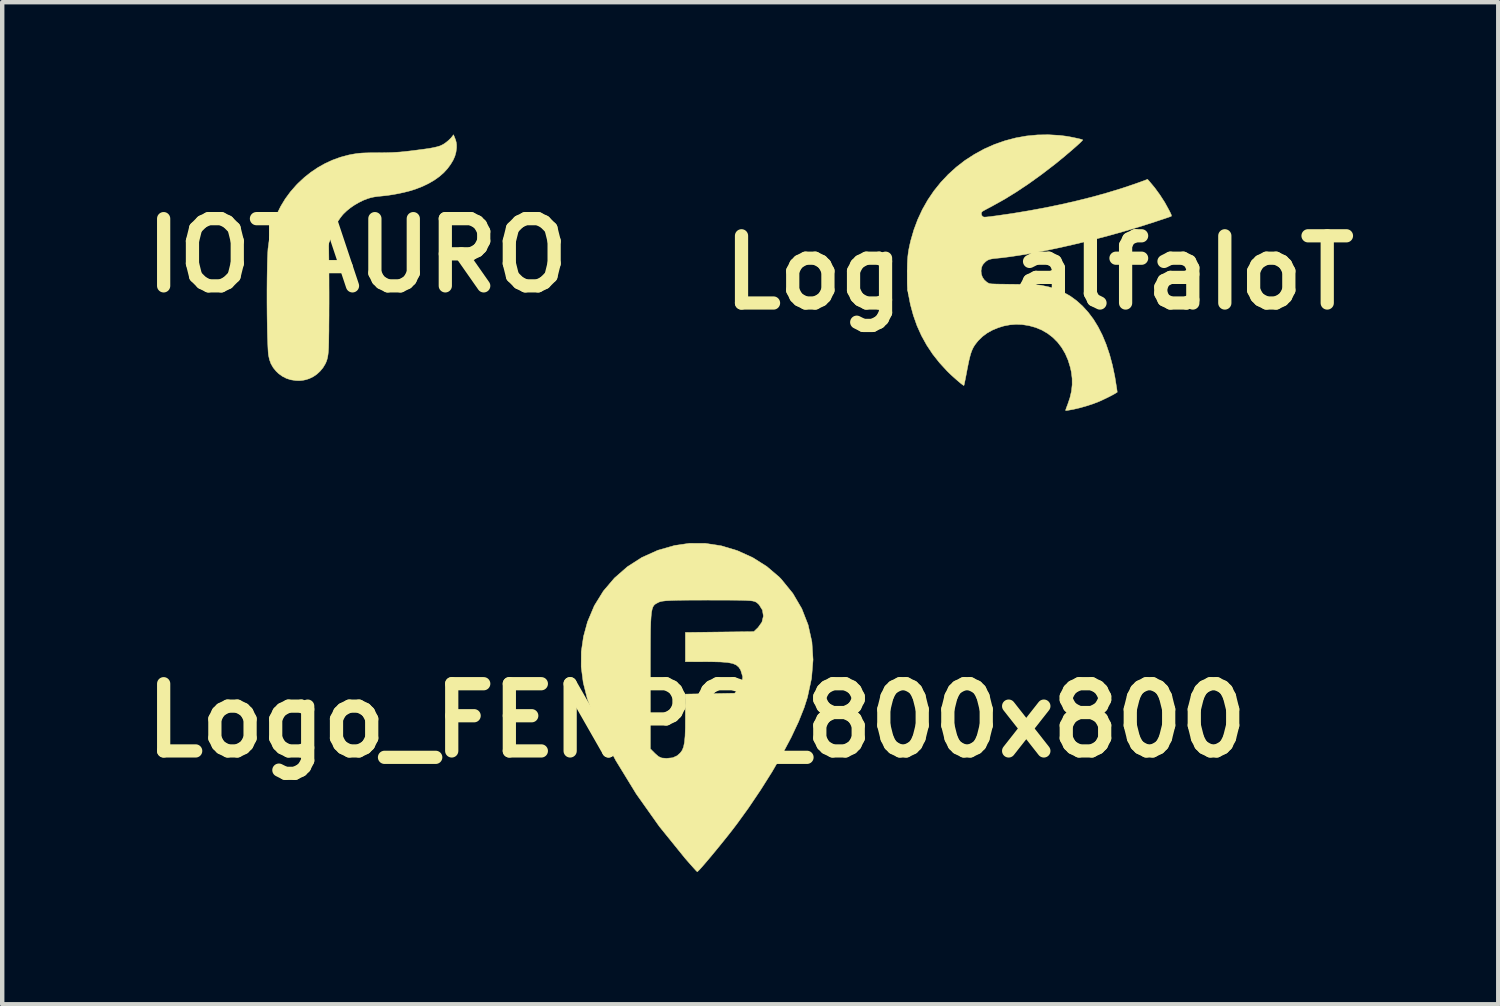
<source format=kicad_pcb>
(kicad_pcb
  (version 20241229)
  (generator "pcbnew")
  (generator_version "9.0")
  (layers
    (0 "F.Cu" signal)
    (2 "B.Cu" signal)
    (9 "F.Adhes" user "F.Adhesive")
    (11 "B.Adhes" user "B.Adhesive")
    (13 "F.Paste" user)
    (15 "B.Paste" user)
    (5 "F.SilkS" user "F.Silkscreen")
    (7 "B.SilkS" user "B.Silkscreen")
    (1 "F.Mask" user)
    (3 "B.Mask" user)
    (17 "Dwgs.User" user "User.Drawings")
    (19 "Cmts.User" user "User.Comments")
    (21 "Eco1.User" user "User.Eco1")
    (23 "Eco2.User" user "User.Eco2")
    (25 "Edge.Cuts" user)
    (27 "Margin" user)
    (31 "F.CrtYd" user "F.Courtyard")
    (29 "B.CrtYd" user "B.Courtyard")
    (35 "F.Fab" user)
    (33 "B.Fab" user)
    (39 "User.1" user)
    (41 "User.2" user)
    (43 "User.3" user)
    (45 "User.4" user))
  (footprint "IOTAURO"
    (layer "F.Cu")
    (at 5.051 2.742)
    (property "Reference" "IOTAURO" (at 0 0 0) (layer "F.SilkS") (effects (font (size 1.524 1.524) (thickness 0.3))))
    (attr through_hole)
    (fp_poly (pts (xy 2.208 -2.673) (xy 2.231 -2.614) (xy 2.244 -2.562) (xy 2.251 -2.509) (xy 2.251 -2.449) (xy 2.25 -2.434) (xy 2.238 -2.342) (xy 2.213 -2.251) (xy 2.173 -2.16) (xy 2.117 -2.067) (xy 2.047 -1.971) (xy 1.962 -1.878) (xy 1.862 -1.79) (xy 1.748 -1.709) (xy 1.62 -1.634) (xy 1.481 -1.567) (xy 1.33 -1.508) (xy 1.277 -1.49) (xy 1.173 -1.459) (xy 1.057 -1.43) (xy 0.933 -1.403) (xy 0.807 -1.38) (xy 0.682 -1.361) (xy 0.564 -1.348) (xy 0.542 -1.346) (xy 0.454 -1.337) (xy 0.379 -1.326) (xy 0.31 -1.311) (xy 0.245 -1.292) (xy 0.237 -1.29) (xy 0.137 -1.251) (xy 0.036 -1.201) (xy -0.063 -1.144) (xy -0.156 -1.08) (xy -0.24 -1.012) (xy -0.313 -0.942) (xy -0.338 -0.914) (xy -0.389 -0.848) (xy -0.44 -0.773) (xy -0.489 -0.692) (xy -0.533 -0.61) (xy -0.569 -0.533) (xy -0.581 -0.502) (xy -0.592 -0.468) (xy -0.606 -0.425) (xy -0.619 -0.379) (xy -0.625 -0.356) (xy -0.648 -0.267) (xy -0.643 0.174) (xy -0.642 0.295) (xy -0.642 0.423) (xy -0.641 0.555) (xy -0.641 0.69) (xy -0.64 0.827) (xy -0.64 0.964) (xy -0.64 1.099) (xy -0.641 1.232) (xy -0.641 1.361) (xy -0.642 1.485) (xy -0.643 1.602) (xy -0.643 1.71) (xy -0.645 1.809) (xy -0.646 1.896) (xy -0.647 1.971) (xy -0.649 2.032) (xy -0.65 2.078) (xy -0.65 2.083) (xy -0.655 2.167) (xy -0.662 2.237) (xy -0.671 2.297) (xy -0.683 2.349) (xy -0.698 2.396) (xy -0.717 2.441) (xy -0.725 2.458) (xy -0.777 2.544) (xy -0.842 2.623) (xy -0.916 2.692) (xy -0.999 2.749) (xy -1.088 2.792) (xy -1.168 2.818) (xy -1.234 2.831) (xy -1.295 2.838) (xy -1.358 2.838) (xy -1.401 2.835) (xy -1.508 2.819) (xy -1.608 2.787) (xy -1.701 2.739) (xy -1.786 2.677) (xy -1.84 2.625) (xy -1.906 2.544) (xy -1.957 2.456) (xy -1.992 2.36) (xy -2.014 2.256) (xy -2.015 2.248) (xy -2.02 2.195) (xy -2.024 2.127) (xy -2.028 2.045) (xy -2.032 1.951) (xy -2.036 1.846) (xy -2.039 1.731) (xy -2.041 1.609) (xy -2.043 1.48) (xy -2.045 1.346) (xy -2.046 1.209) (xy -2.047 1.069) (xy -2.047 0.93) (xy -2.047 0.792) (xy -2.046 0.656) (xy -2.045 0.524) (xy -2.043 0.398) (xy -2.041 0.28) (xy -2.039 0.169) (xy -2.036 0.069) (xy -2.032 -0.019) (xy -2.028 -0.094) (xy -2.024 -0.155) (xy -2.023 -0.161) (xy -1.995 -0.368) (xy -1.953 -0.567) (xy -1.895 -0.758) (xy -1.822 -0.941) (xy -1.735 -1.116) (xy -1.633 -1.284) (xy -1.515 -1.444) (xy -1.382 -1.596) (xy -1.338 -1.641) (xy -1.199 -1.77) (xy -1.05 -1.888) (xy -0.892 -1.994) (xy -0.728 -2.086) (xy -0.558 -2.164) (xy -0.384 -2.227) (xy -0.209 -2.274) (xy -0.178 -2.281) (xy -0.118 -2.293) (xy -0.063 -2.302) (xy -0.012 -2.31) (xy 0.039 -2.316) (xy 0.093 -2.321) (xy 0.151 -2.324) (xy 0.217 -2.326) (xy 0.293 -2.328) (xy 0.382 -2.328) (xy 0.444 -2.328) (xy 0.568 -2.329) (xy 0.678 -2.331) (xy 0.778 -2.334) (xy 0.873 -2.339) (xy 0.966 -2.345) (xy 1.06 -2.354) (xy 1.159 -2.365) (xy 1.243 -2.375) (xy 1.306 -2.383) (xy 1.375 -2.392) (xy 1.443 -2.401) (xy 1.505 -2.409) (xy 1.541 -2.414) (xy 1.632 -2.427) (xy 1.718 -2.443) (xy 1.794 -2.46) (xy 1.858 -2.478) (xy 1.888 -2.489) (xy 1.947 -2.518) (xy 2.008 -2.559) (xy 2.068 -2.608) (xy 2.123 -2.662) (xy 2.164 -2.713) (xy 2.182 -2.737) (xy 2.208 -2.673)) (stroke (width 0.01) (type solid)) (fill yes) (layer "F.SilkS")))
  (footprint "Logo_alfaIoT"
    (layer "F.Cu")
    (at 20.512 3.131)
    (property "Reference" "Logo_alfaIoT" (at 0 0 0) (layer "F.SilkS") (effects (font (size 1.524 1.524) (thickness 0.3))))
    (attr through_hole)
    (fp_poly (pts (xy 0.467 -3.111) (xy 0.61 -3.093) (xy 0.658 -3.085) (xy 0.714 -3.075) (xy 0.773 -3.063) (xy 0.831 -3.051) (xy 0.885 -3.039) (xy 0.931 -3.028) (xy 0.965 -3.018) (xy 0.985 -3.011) (xy 0.987 -3.009) (xy 0.983 -3) (xy 0.964 -2.98) (xy 0.933 -2.949) (xy 0.891 -2.91) (xy 0.839 -2.863) (xy 0.78 -2.811) (xy 0.714 -2.754) (xy 0.644 -2.695) (xy 0.572 -2.633) (xy 0.497 -2.572) (xy 0.424 -2.512) (xy 0.356 -2.457) (xy 0.06 -2.23) (xy -0.229 -2.022) (xy -0.513 -1.832) (xy -0.789 -1.662) (xy -1.06 -1.511) (xy -1.118 -1.48) (xy -1.17 -1.453) (xy -1.218 -1.427) (xy -1.256 -1.406) (xy -1.283 -1.39) (xy -1.293 -1.384) (xy -1.309 -1.358) (xy -1.311 -1.326) (xy -1.3 -1.294) (xy -1.277 -1.269) (xy -1.271 -1.266) (xy -1.261 -1.262) (xy -1.247 -1.259) (xy -1.226 -1.259) (xy -1.196 -1.261) (xy -1.155 -1.265) (xy -1.1 -1.271) (xy -1.029 -1.281) (xy -0.986 -1.286) (xy -0.605 -1.341) (xy -0.227 -1.404) (xy 0.146 -1.473) (xy 0.512 -1.549) (xy 0.869 -1.631) (xy 1.215 -1.718) (xy 1.548 -1.811) (xy 1.866 -1.908) (xy 2.167 -2.009) (xy 2.293 -2.054) (xy 2.457 -2.115) (xy 2.496 -2.072) (xy 2.619 -1.925) (xy 2.737 -1.763) (xy 2.848 -1.591) (xy 2.946 -1.412) (xy 2.957 -1.391) (xy 2.98 -1.344) (xy 2.994 -1.312) (xy 2.999 -1.292) (xy 2.998 -1.281) (xy 2.995 -1.279) (xy 2.981 -1.273) (xy 2.95 -1.261) (xy 2.904 -1.245) (xy 2.845 -1.225) (xy 2.778 -1.203) (xy 2.702 -1.178) (xy 2.622 -1.151) (xy 2.539 -1.124) (xy 2.456 -1.098) (xy 2.376 -1.072) (xy 2.3 -1.048) (xy 2.231 -1.027) (xy 2.181 -1.012) (xy 1.906 -0.931) (xy 1.628 -0.853) (xy 1.351 -0.779) (xy 1.074 -0.709) (xy 0.801 -0.643) (xy 0.534 -0.582) (xy 0.273 -0.526) (xy 0.021 -0.475) (xy -0.221 -0.43) (xy -0.45 -0.392) (xy -0.664 -0.36) (xy -0.863 -0.335) (xy -0.965 -0.325) (xy -1.039 -0.317) (xy -1.096 -0.307) (xy -1.141 -0.294) (xy -1.178 -0.276) (xy -1.211 -0.252) (xy -1.236 -0.228) (xy -1.27 -0.191) (xy -1.291 -0.156) (xy -1.306 -0.116) (xy -1.318 -0.04) (xy -1.311 0.034) (xy -1.287 0.103) (xy -1.245 0.165) (xy -1.188 0.216) (xy -1.155 0.236) (xy -1.145 0.241) (xy -1.135 0.246) (xy -1.123 0.249) (xy -1.107 0.252) (xy -1.085 0.255) (xy -1.055 0.257) (xy -1.017 0.258) (xy -0.968 0.26) (xy -0.905 0.261) (xy -0.829 0.262) (xy -0.736 0.263) (xy -0.625 0.265) (xy -0.584 0.265) (xy -0.458 0.267) (xy -0.351 0.269) (xy -0.26 0.27) (xy -0.184 0.272) (xy -0.121 0.274) (xy -0.069 0.277) (xy -0.026 0.28) (xy 0.009 0.283) (xy 0.038 0.287) (xy 0.046 0.288) (xy 0.229 0.327) (xy 0.4 0.38) (xy 0.559 0.45) (xy 0.708 0.535) (xy 0.849 0.638) (xy 0.981 0.757) (xy 1.11 0.898) (xy 1.229 1.056) (xy 1.336 1.23) (xy 1.433 1.421) (xy 1.519 1.629) (xy 1.595 1.854) (xy 1.66 2.096) (xy 1.715 2.355) (xy 1.759 2.631) (xy 1.763 2.659) (xy 1.77 2.711) (xy 1.727 2.738) (xy 1.693 2.758) (xy 1.645 2.784) (xy 1.587 2.814) (xy 1.524 2.845) (xy 1.461 2.875) (xy 1.402 2.903) (xy 1.351 2.925) (xy 1.341 2.929) (xy 1.21 2.979) (xy 1.068 3.025) (xy 0.923 3.066) (xy 0.782 3.099) (xy 0.706 3.113) (xy 0.659 3.121) (xy 0.628 3.126) (xy 0.61 3.128) (xy 0.602 3.127) (xy 0.6 3.124) (xy 0.599 3.12) (xy 0.603 3.108) (xy 0.612 3.08) (xy 0.626 3.042) (xy 0.644 2.996) (xy 0.645 2.993) (xy 0.697 2.839) (xy 0.732 2.69) (xy 0.748 2.544) (xy 0.747 2.399) (xy 0.729 2.252) (xy 0.705 2.145) (xy 0.655 1.983) (xy 0.59 1.834) (xy 0.51 1.698) (xy 0.417 1.577) (xy 0.31 1.47) (xy 0.192 1.379) (xy 0.061 1.303) (xy -0.081 1.244) (xy -0.233 1.202) (xy -0.386 1.178) (xy -0.524 1.173) (xy -0.663 1.184) (xy -0.801 1.21) (xy -0.934 1.251) (xy -1.061 1.304) (xy -1.179 1.37) (xy -1.283 1.447) (xy -1.373 1.534) (xy -1.384 1.546) (xy -1.423 1.594) (xy -1.457 1.639) (xy -1.486 1.684) (xy -1.511 1.732) (xy -1.533 1.785) (xy -1.554 1.845) (xy -1.573 1.916) (xy -1.593 1.999) (xy -1.613 2.097) (xy -1.636 2.212) (xy -1.638 2.225) (xy -1.653 2.304) (xy -1.667 2.377) (xy -1.68 2.441) (xy -1.691 2.494) (xy -1.699 2.532) (xy -1.705 2.555) (xy -1.707 2.56) (xy -1.721 2.554) (xy -1.747 2.535) (xy -1.783 2.507) (xy -1.827 2.47) (xy -1.876 2.428) (xy -1.928 2.382) (xy -1.98 2.335) (xy -2.03 2.288) (xy -2.076 2.243) (xy -2.088 2.231) (xy -2.26 2.044) (xy -2.414 1.849) (xy -2.55 1.644) (xy -2.669 1.429) (xy -2.77 1.205) (xy -2.853 0.97) (xy -2.92 0.724) (xy -2.97 0.467) (xy -2.976 0.425) (xy -2.981 0.384) (xy -2.985 0.342) (xy -2.988 0.296) (xy -2.99 0.242) (xy -2.991 0.177) (xy -2.991 0.098) (xy -2.991 0.015) (xy -2.991 -0.101) (xy -2.989 -0.202) (xy -2.985 -0.29) (xy -2.978 -0.37) (xy -2.969 -0.445) (xy -2.957 -0.521) (xy -2.941 -0.6) (xy -2.921 -0.688) (xy -2.912 -0.727) (xy -2.841 -0.971) (xy -2.753 -1.206) (xy -2.648 -1.432) (xy -2.526 -1.647) (xy -2.387 -1.852) (xy -2.233 -2.044) (xy -2.065 -2.223) (xy -1.881 -2.39) (xy -1.685 -2.542) (xy -1.475 -2.678) (xy -1.253 -2.8) (xy -1.245 -2.804) (xy -1.013 -2.907) (xy -0.775 -2.99) (xy -0.533 -3.054) (xy -0.288 -3.098) (xy -0.038 -3.122) (xy 0.213 -3.126) (xy 0.467 -3.111)) (stroke (width 0.01) (type solid)) (fill yes) (layer "F.SilkS")))
  (footprint "Logo_FENPS_800x800"
    (layer "F.Cu")
    (at 12.744 13.287)
    (property "Reference" "Logo_FENPS_800x800" (at 0 0 0) (layer "F.SilkS") (effects (font (size 1.524 1.524) (thickness 0.3))))
    (attr through_hole)
    (fp_poly (pts (xy 0.562 -3.961) (xy 0.925 -3.852) (xy 1.272 -3.695) (xy 1.592 -3.493) (xy 1.875 -3.252) (xy 1.922 -3.203) (xy 2.183 -2.882) (xy 2.385 -2.537) (xy 2.529 -2.169) (xy 2.615 -1.782) (xy 2.641 -1.377) (xy 2.607 -0.958) (xy 2.514 -0.526) (xy 2.439 -0.291) (xy 2.312 0.027) (xy 2.145 0.382) (xy 1.943 0.763) (xy 1.711 1.163) (xy 1.453 1.572) (xy 1.176 1.983) (xy 0.922 2.334) (xy 0.825 2.462) (xy 0.711 2.608) (xy 0.587 2.762) (xy 0.461 2.917) (xy 0.339 3.065) (xy 0.227 3.198) (xy 0.133 3.307) (xy 0.062 3.386) (xy 0.021 3.426) (xy 0.015 3.429) (xy -0.009 3.406) (xy -0.066 3.344) (xy -0.148 3.252) (xy -0.247 3.139) (xy -0.264 3.119) (xy -0.845 2.401) (xy -1.368 1.663) (xy -1.831 0.907) (xy -2.136 0.333) (xy -2.331 -0.092) (xy -2.476 -0.488) (xy -2.57 -0.86) (xy -2.616 -1.216) (xy -2.616 -1.287) (xy -1.048 -1.287) (xy -1.048 -0.926) (xy -1.048 0.641) (xy -0.94 0.749) (xy -0.862 0.817) (xy -0.79 0.849) (xy -0.69 0.857) (xy -0.674 0.857) (xy -0.541 0.844) (xy -0.443 0.799) (xy -0.429 0.788) (xy -0.37 0.735) (xy -0.326 0.675) (xy -0.295 0.597) (xy -0.274 0.492) (xy -0.261 0.352) (xy -0.255 0.166) (xy -0.254 -0.045) (xy -0.254 -0.599) (xy 0.304 -0.609) (xy 0.863 -0.619) (xy 0.955 -0.723) (xy 1.031 -0.851) (xy 1.046 -0.993) (xy 1 -1.143) (xy 0.998 -1.147) (xy 0.956 -1.211) (xy 0.898 -1.26) (xy 0.817 -1.294) (xy 0.703 -1.316) (xy 0.547 -1.328) (xy 0.34 -1.333) (xy 0.239 -1.334) (xy -0.254 -1.333) (xy -0.254 -1.997) (xy 1.298 -2.016) (xy 1.395 -2.109) (xy 1.482 -2.232) (xy 1.515 -2.369) (xy 1.493 -2.505) (xy 1.417 -2.627) (xy 1.373 -2.668) (xy 1.348 -2.685) (xy 1.317 -2.699) (xy 1.274 -2.71) (xy 1.211 -2.718) (xy 1.121 -2.723) (xy 0.998 -2.727) (xy 0.835 -2.729) (xy 0.624 -2.73) (xy 0.358 -2.73) (xy 0.264 -2.731) (xy -0.029 -2.73) (xy -0.266 -2.729) (xy -0.452 -2.726) (xy -0.595 -2.721) (xy -0.7 -2.715) (xy -0.775 -2.706) (xy -0.826 -2.695) (xy -0.857 -2.683) (xy -0.899 -2.661) (xy -0.935 -2.641) (xy -0.964 -2.615) (xy -0.988 -2.579) (xy -1.006 -2.528) (xy -1.021 -2.456) (xy -1.031 -2.357) (xy -1.039 -2.228) (xy -1.044 -2.061) (xy -1.046 -1.853) (xy -1.047 -1.596) (xy -1.048 -1.287) (xy -2.616 -1.287) (xy -2.614 -1.562) (xy -2.564 -1.904) (xy -2.473 -2.238) (xy -2.319 -2.603) (xy -2.114 -2.935) (xy -1.862 -3.231) (xy -1.569 -3.487) (xy -1.24 -3.698) (xy -0.88 -3.86) (xy -0.495 -3.97) (xy -0.169 -4.017) (xy 0.193 -4.018) (xy 0.562 -3.961)) (stroke (width 0.01) (type solid)) (fill yes) (layer "F.SilkS")))
  (gr_rect
    (start -3 -3)
    (end 30.921 19.721)
    (stroke (width 0.1) (type default))
    (fill no)
    (layer "Edge.Cuts")))
</source>
